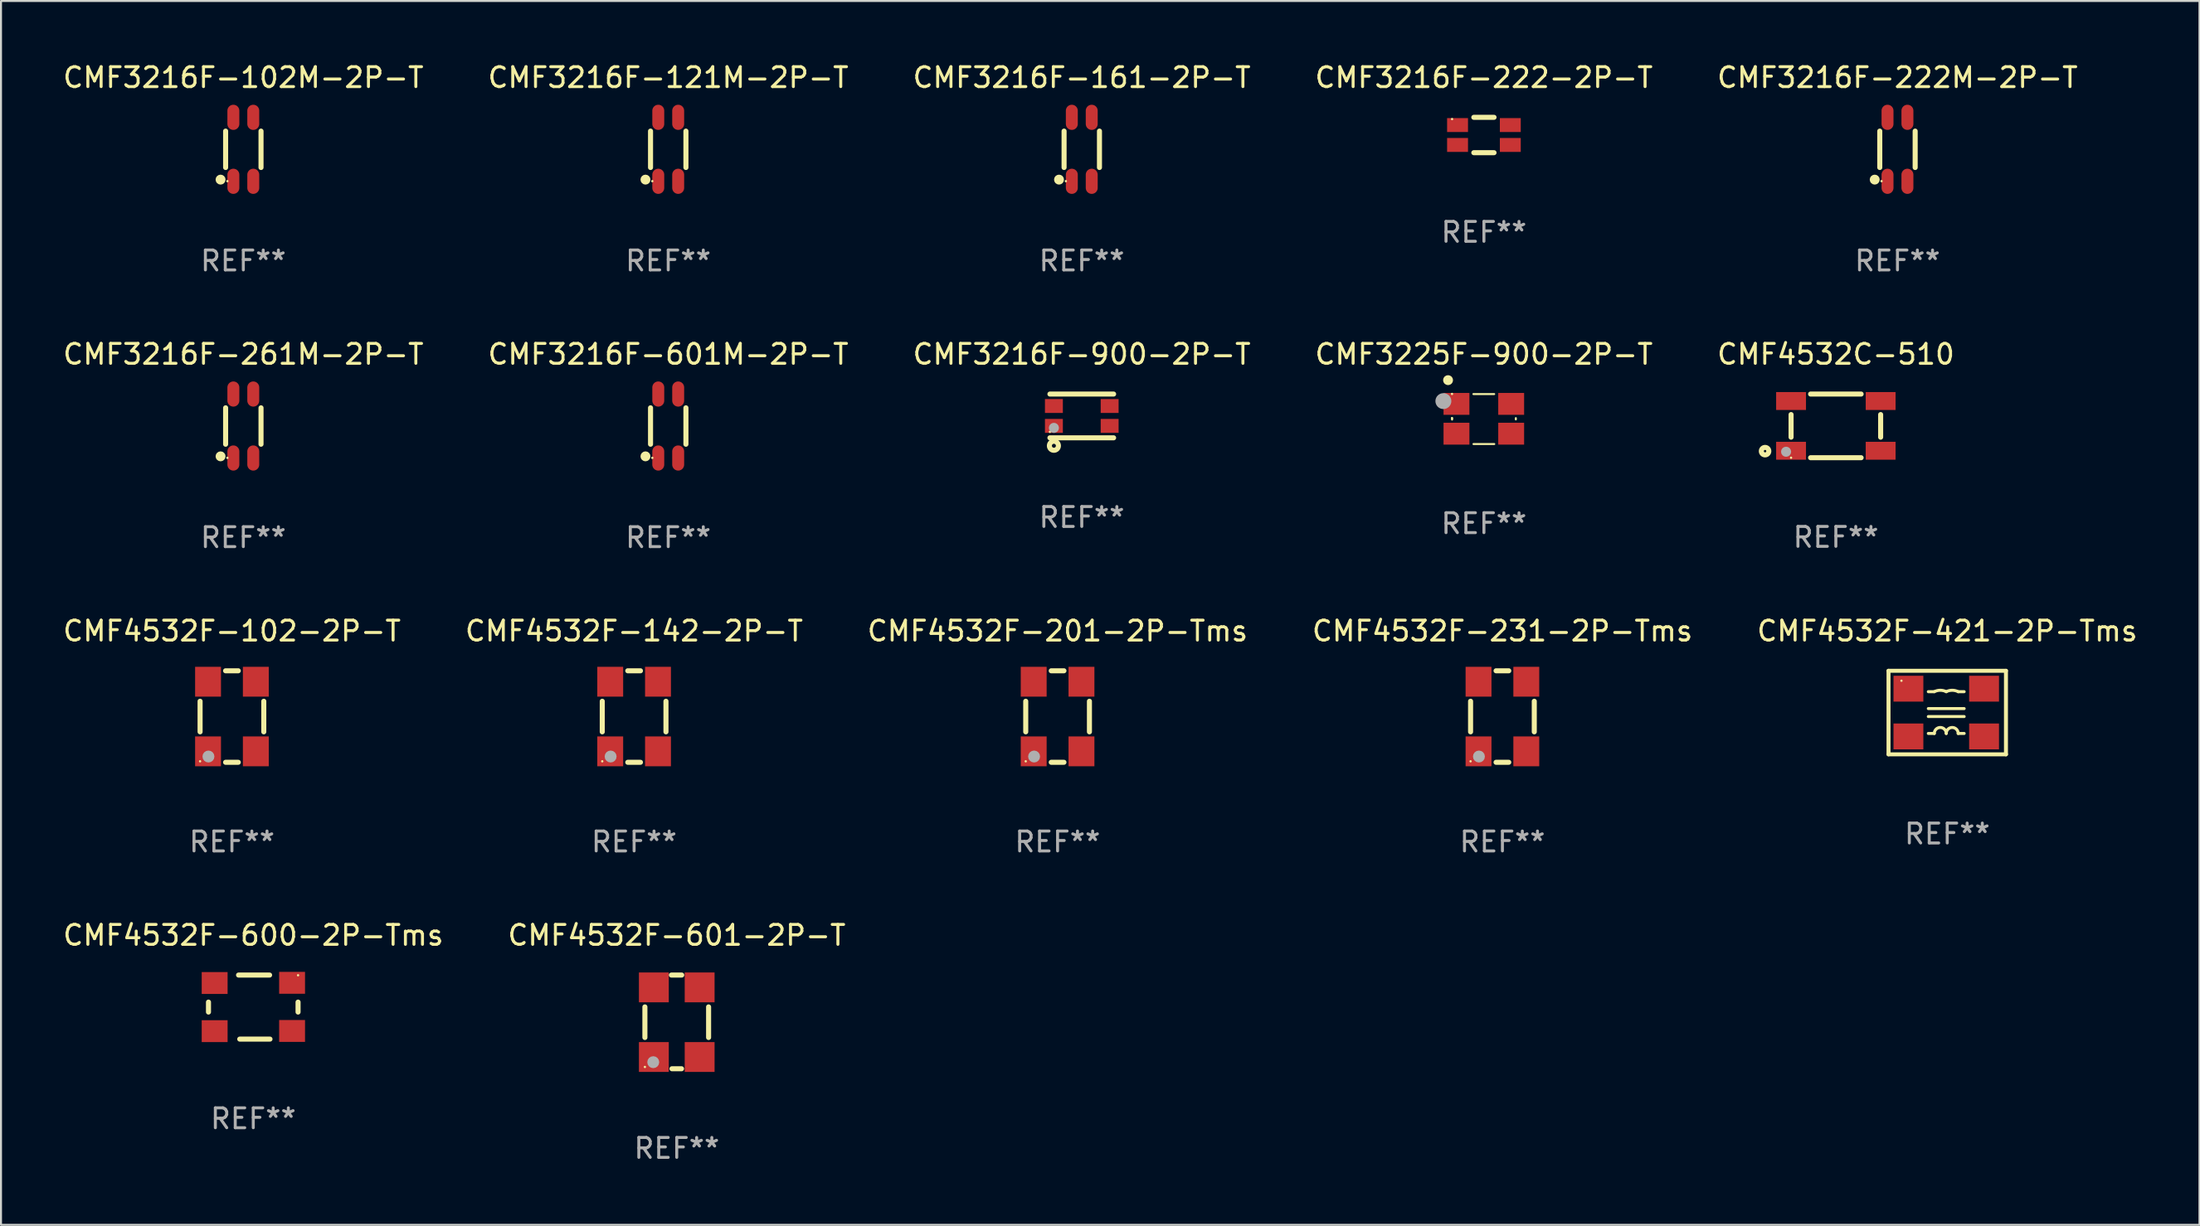
<source format=kicad_pcb>
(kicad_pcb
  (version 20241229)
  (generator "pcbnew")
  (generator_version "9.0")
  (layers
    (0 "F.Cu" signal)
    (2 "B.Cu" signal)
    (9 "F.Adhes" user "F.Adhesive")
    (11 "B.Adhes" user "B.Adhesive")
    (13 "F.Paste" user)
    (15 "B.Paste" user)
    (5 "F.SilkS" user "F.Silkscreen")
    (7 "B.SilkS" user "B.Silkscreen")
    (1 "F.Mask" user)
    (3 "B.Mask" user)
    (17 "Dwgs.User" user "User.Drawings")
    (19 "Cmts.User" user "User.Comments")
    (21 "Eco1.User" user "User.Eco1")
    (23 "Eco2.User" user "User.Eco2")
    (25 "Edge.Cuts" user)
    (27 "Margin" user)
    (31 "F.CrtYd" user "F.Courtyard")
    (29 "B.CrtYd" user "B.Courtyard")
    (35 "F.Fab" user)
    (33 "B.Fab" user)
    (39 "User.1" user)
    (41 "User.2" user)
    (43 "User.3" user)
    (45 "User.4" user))
  (footprint "CMF4532F-600-2P-Tms"
    (layer "F.Cu")
    (at 9.673 47.578)
    (property "Reference" "CMF4532F-600-2P-Tms" (at 0 -3.61 0) (layer "F.SilkS") (effects (font (size 1 1) (thickness 0.15))))
    (attr through_hole)
    (fp_line (start -2.25 -0.25) (end -2.25 0.25) (stroke (width 0.254) (type solid)) (layer "F.SilkS"))
    (fp_line (start 0.82 -1.61) (end -0.74 -1.61) (stroke (width 0.254) (type solid)) (layer "F.SilkS"))
    (fp_line (start 0.84 1.61) (end -0.68 1.61) (stroke (width 0.254) (type solid)) (layer "F.SilkS"))
    (fp_line (start 2.25 -0.25) (end 2.25 0.25) (stroke (width 0.254) (type solid)) (layer "F.SilkS"))
    (fp_circle (center 2.25 -1.6) (end 2.28 -1.6) (stroke (width 0.06) (type solid)) (fill no) (layer "F.SilkS"))
    (fp_text user "REF**" (at 0 5.61 0) (layer "F.Fab") (effects (font (size 1 1) (thickness 0.15))))
    (pad "1" smd rect (at 1.95 -1.22 270) (size 1.1 1.3) (layers "F.Cu" "F.Mask" "F.Paste"))
    (pad "2" smd rect (at 1.95 1.2 270) (size 1.1 1.3) (layers "F.Cu" "F.Mask" "F.Paste"))
    (pad "3" smd rect (at -1.94 1.21 270) (size 1.1 1.3) (layers "F.Cu" "F.Mask" "F.Paste"))
    (pad "4" smd rect (at -1.94 -1.21 270) (size 1.1 1.3) (layers "F.Cu" "F.Mask" "F.Paste")))
  (footprint "CMF4532F-102-2P-T"
    (layer "F.Cu")
    (at 8.601 32.972)
    (property "Reference" "CMF4532F-102-2P-T" (at 0 -4.3 0) (layer "F.SilkS") (effects (font (size 1 1) (thickness 0.15))))
    (attr through_hole)
    (fp_line (start -1.6 0.769) (end -1.6 -0.769) (stroke (width 0.254) (type solid)) (layer "F.SilkS"))
    (fp_line (start -0.319 -2.3) (end 0.319 -2.3) (stroke (width 0.254) (type solid)) (layer "F.SilkS"))
    (fp_line (start -0.319 2.3) (end 0.319 2.3) (stroke (width 0.254) (type solid)) (layer "F.SilkS"))
    (fp_line (start 1.6 -0.769) (end 1.6 0.769) (stroke (width 0.254) (type solid)) (layer "F.SilkS"))
    (fp_circle (center -1.6 2.25) (end -1.57 2.25) (stroke (width 0.06) (type solid)) (fill no) (layer "F.SilkS"))
    (fp_circle (center -1.18 2.01) (end -1.03 2.01) (stroke (width 0.3) (type solid)) (fill no) (layer "F.Fab"))
    (fp_text user "REF**" (at 0 6.3 0) (layer "F.Fab") (effects (font (size 1 1) (thickness 0.15))))
    (pad "1" smd rect (at -1.2 1.75) (size 1.3 1.5) (layers "F.Cu" "F.Mask" "F.Paste"))
    (pad "2" smd rect (at -1.2 -1.75) (size 1.3 1.5) (layers "F.Cu" "F.Mask" "F.Paste"))
    (pad "3" smd rect (at 1.2 -1.75) (size 1.3 1.5) (layers "F.Cu" "F.Mask" "F.Paste"))
    (pad "4" smd rect (at 1.2 1.75) (size 1.3 1.5) (layers "F.Cu" "F.Mask" "F.Paste")))
  (footprint "CMF4532F-421-2P-Tms"
    (layer "F.Cu")
    (at 94.768 32.772)
    (property "Reference" "CMF4532F-421-2P-Tms" (at 0 -4.1 0) (layer "F.SilkS") (effects (font (size 1 1) (thickness 0.15))))
    (attr through_hole)
    (fp_line (start -2.95 -2.1) (end 2.95 -2.1) (stroke (width 0.2) (type solid)) (layer "F.SilkS"))
    (fp_line (start -2.95 2.1) (end -2.95 -2.1) (stroke (width 0.2) (type solid)) (layer "F.SilkS"))
    (fp_line (start -0.95 -0.2) (end 0.85 -0.2) (stroke (width 0.152) (type solid)) (layer "F.SilkS"))
    (fp_line (start -0.65 -1.05) (end -0.95 -1.05) (stroke (width 0.152) (type solid)) (layer "F.SilkS"))
    (fp_line (start -0.65 1.05) (end -0.95 1.05) (stroke (width 0.152) (type solid)) (layer "F.SilkS"))
    (fp_line (start 0.55 -1.05) (end 0.85 -1.05) (stroke (width 0.152) (type solid)) (layer "F.SilkS"))
    (fp_line (start 0.55 1.05) (end 0.85 1.05) (stroke (width 0.152) (type solid)) (layer "F.SilkS"))
    (fp_line (start 0.85 0.2) (end -0.95 0.2) (stroke (width 0.152) (type solid)) (layer "F.SilkS"))
    (fp_line (start 2.95 -2.1) (end 2.95 2.1) (stroke (width 0.2) (type solid)) (layer "F.SilkS"))
    (fp_line (start 2.95 2.1) (end -2.95 2.1) (stroke (width 0.2) (type solid)) (layer "F.SilkS"))
    (fp_arc (start -0.65 1.049835) (mid -0.35 0.749835) (end -0.05 1.049835) (stroke (width 0.151994) (type solid)) (layer "F.SilkS"))
    (fp_arc (start -0.649949 -1.049784) (mid -0.349949 -1.120604) (end -0.049949 -1.049784) (stroke (width 0.151994) (type solid)) (layer "F.SilkS"))
    (fp_arc (start -0.05 1.049835) (mid 0.25 0.749835) (end 0.55 1.049835) (stroke (width 0.151994) (type solid)) (layer "F.SilkS"))
    (fp_arc (start -0.049949 -1.049784) (mid 0.250051 -1.120604) (end 0.550051 -1.049784) (stroke (width 0.151994) (type solid)) (layer "F.SilkS"))
    (fp_circle (center -2.3 -1.6) (end -2.27 -1.6) (stroke (width 0.06) (type solid)) (fill no) (layer "F.SilkS"))
    (fp_text user "REF**" (at 0 6.1 0) (layer "F.Fab") (effects (font (size 1 1) (thickness 0.15))))
    (pad "1" smd rect (at -1.95 -1.2 270) (size 1.3 1.5) (layers "F.Cu" "F.Mask" "F.Paste"))
    (pad "2" smd rect (at 1.85 -1.2 270) (size 1.3 1.5) (layers "F.Cu" "F.Mask" "F.Paste"))
    (pad "3" smd rect (at 1.85 1.2 270) (size 1.3 1.5) (layers "F.Cu" "F.Mask" "F.Paste"))
    (pad "4" smd rect (at -1.95 1.2 270) (size 1.3 1.5) (layers "F.Cu" "F.Mask" "F.Paste")))
  (footprint "CMF4532F-142-2P-T"
    (layer "F.Cu")
    (at 28.804 32.972)
    (property "Reference" "CMF4532F-142-2P-T" (at 0 -4.3 0) (layer "F.SilkS") (effects (font (size 1 1) (thickness 0.15))))
    (attr through_hole)
    (fp_line (start -1.6 0.769) (end -1.6 -0.769) (stroke (width 0.254) (type solid)) (layer "F.SilkS"))
    (fp_line (start -0.319 -2.3) (end 0.319 -2.3) (stroke (width 0.254) (type solid)) (layer "F.SilkS"))
    (fp_line (start -0.319 2.3) (end 0.319 2.3) (stroke (width 0.254) (type solid)) (layer "F.SilkS"))
    (fp_line (start 1.6 -0.769) (end 1.6 0.769) (stroke (width 0.254) (type solid)) (layer "F.SilkS"))
    (fp_circle (center -1.6 2.25) (end -1.57 2.25) (stroke (width 0.06) (type solid)) (fill no) (layer "F.SilkS"))
    (fp_circle (center -1.18 2.01) (end -1.03 2.01) (stroke (width 0.3) (type solid)) (fill no) (layer "F.Fab"))
    (fp_text user "REF**" (at 0 6.3 0) (layer "F.Fab") (effects (font (size 1 1) (thickness 0.15))))
    (pad "1" smd rect (at -1.2 1.75) (size 1.3 1.5) (layers "F.Cu" "F.Mask" "F.Paste"))
    (pad "2" smd rect (at -1.2 -1.75) (size 1.3 1.5) (layers "F.Cu" "F.Mask" "F.Paste"))
    (pad "3" smd rect (at 1.2 -1.75) (size 1.3 1.5) (layers "F.Cu" "F.Mask" "F.Paste"))
    (pad "4" smd rect (at 1.2 1.75) (size 1.3 1.5) (layers "F.Cu" "F.Mask" "F.Paste")))
  (footprint "CMF3216F-161-2P-T"
    (layer "F.Cu")
    (at 51.292 4.456)
    (property "Reference" "CMF3216F-161-2P-T" (at 0 -3.608 0) (layer "F.SilkS") (effects (font (size 1 1) (thickness 0.15))))
    (attr through_hole)
    (fp_line (start -0.889 -0.915) (end -0.889 0.915) (stroke (width 0.254) (type solid)) (layer "F.SilkS"))
    (fp_line (start 0.889 -0.915) (end 0.889 0.915) (stroke (width 0.254) (type solid)) (layer "F.SilkS"))
    (fp_circle (center -1.143 1.524) (end -1.018 1.524) (stroke (width 0.25) (type solid)) (fill no) (layer "F.SilkS"))
    (fp_circle (center -0.8 1.6) (end -0.77 1.6) (stroke (width 0.06) (type solid)) (fill no) (layer "F.SilkS"))
    (fp_text user "REF**" (at 0 5.608 0) (layer "F.Fab") (effects (font (size 1 1) (thickness 0.15))))
    (pad "1" smd oval (at -0.5 1.608) (size 0.6 1.265) (layers "F.Cu" "F.Mask" "F.Paste"))
    (pad "2" smd oval (at 0.5 1.608) (size 0.6 1.265) (layers "F.Cu" "F.Mask" "F.Paste"))
    (pad "3" smd oval (at 0.5 -1.608) (size 0.6 1.265) (layers "F.Cu" "F.Mask" "F.Paste"))
    (pad "4" smd oval (at -0.5 -1.608) (size 0.6 1.265) (layers "F.Cu" "F.Mask" "F.Paste")))
  (footprint "CMF4532F-201-2P-Tms"
    (layer "F.Cu")
    (at 50.077 32.972)
    (property "Reference" "CMF4532F-201-2P-Tms" (at 0 -4.3 0) (layer "F.SilkS") (effects (font (size 1 1) (thickness 0.15))))
    (attr through_hole)
    (fp_line (start -1.6 0.769) (end -1.6 -0.769) (stroke (width 0.254) (type solid)) (layer "F.SilkS"))
    (fp_line (start -0.319 -2.3) (end 0.319 -2.3) (stroke (width 0.254) (type solid)) (layer "F.SilkS"))
    (fp_line (start -0.319 2.3) (end 0.319 2.3) (stroke (width 0.254) (type solid)) (layer "F.SilkS"))
    (fp_line (start 1.6 -0.769) (end 1.6 0.769) (stroke (width 0.254) (type solid)) (layer "F.SilkS"))
    (fp_circle (center -1.6 2.25) (end -1.57 2.25) (stroke (width 0.06) (type solid)) (fill no) (layer "F.SilkS"))
    (fp_circle (center -1.18 2.01) (end -1.03 2.01) (stroke (width 0.3) (type solid)) (fill no) (layer "F.Fab"))
    (fp_text user "REF**" (at 0 6.3 0) (layer "F.Fab") (effects (font (size 1 1) (thickness 0.15))))
    (pad "1" smd rect (at -1.2 1.75) (size 1.3 1.5) (layers "F.Cu" "F.Mask" "F.Paste"))
    (pad "2" smd rect (at -1.2 -1.75) (size 1.3 1.5) (layers "F.Cu" "F.Mask" "F.Paste"))
    (pad "3" smd rect (at 1.2 -1.75) (size 1.3 1.5) (layers "F.Cu" "F.Mask" "F.Paste"))
    (pad "4" smd rect (at 1.2 1.75) (size 1.3 1.5) (layers "F.Cu" "F.Mask" "F.Paste")))
  (footprint "CMF3216F-102M-2P-T"
    (layer "F.Cu")
    (at 9.173 4.456)
    (property "Reference" "CMF3216F-102M-2P-T" (at 0 -3.608 0) (layer "F.SilkS") (effects (font (size 1 1) (thickness 0.15))))
    (attr through_hole)
    (fp_line (start -0.889 -0.915) (end -0.889 0.915) (stroke (width 0.254) (type solid)) (layer "F.SilkS"))
    (fp_line (start 0.889 -0.915) (end 0.889 0.915) (stroke (width 0.254) (type solid)) (layer "F.SilkS"))
    (fp_circle (center -1.143 1.524) (end -1.018 1.524) (stroke (width 0.25) (type solid)) (fill no) (layer "F.SilkS"))
    (fp_circle (center -0.8 1.6) (end -0.77 1.6) (stroke (width 0.06) (type solid)) (fill no) (layer "F.SilkS"))
    (fp_text user "REF**" (at 0 5.608 0) (layer "F.Fab") (effects (font (size 1 1) (thickness 0.15))))
    (pad "1" smd oval (at -0.5 1.608) (size 0.6 1.265) (layers "F.Cu" "F.Mask" "F.Paste"))
    (pad "2" smd oval (at 0.5 1.608) (size 0.6 1.265) (layers "F.Cu" "F.Mask" "F.Paste"))
    (pad "3" smd oval (at 0.5 -1.608) (size 0.6 1.265) (layers "F.Cu" "F.Mask" "F.Paste"))
    (pad "4" smd oval (at -0.5 -1.608) (size 0.6 1.265) (layers "F.Cu" "F.Mask" "F.Paste")))
  (footprint "CMF3216F-900-2P-T"
    (layer "F.Cu")
    (at 51.292 17.86)
    (property "Reference" "CMF3216F-900-2P-T" (at 0 -3.1 0) (layer "F.SilkS") (effects (font (size 1 1) (thickness 0.15))))
    (attr through_hole)
    (fp_line (start -1.6 -1.1) (end 1.6 -1.1) (stroke (width 0.254) (type solid)) (layer "F.SilkS"))
    (fp_line (start -1.6 1.1) (end 1.6 1.1) (stroke (width 0.254) (type solid)) (layer "F.SilkS"))
    (fp_circle (center -1.6 0.8) (end -1.57 0.8) (stroke (width 0.06) (type solid)) (fill no) (layer "F.SilkS"))
    (fp_circle (center -1.4 1.5) (end -1.3 1.5) (stroke (width 0.254) (type solid)) (fill no) (layer "F.SilkS"))
    (fp_circle (center -1.4 0.6) (end -1.273 0.6) (stroke (width 0.254) (type solid)) (fill no) (layer "F.Fab"))
    (fp_text user "REF**" (at 0 5.1 0) (layer "F.Fab") (effects (font (size 1 1) (thickness 0.15))))
    (pad "1" smd rect (at -1.4 0.5) (size 0.9 0.7) (layers "F.Cu" "F.Mask" "F.Paste"))
    (pad "2" smd rect (at -1.4 -0.5) (size 0.9 0.7) (layers "F.Cu" "F.Mask" "F.Paste"))
    (pad "3" smd rect (at 1.4 -0.5) (size 0.9 0.7) (layers "F.Cu" "F.Mask" "F.Paste"))
    (pad "4" smd rect (at 1.4 0.5) (size 0.9 0.7) (layers "F.Cu" "F.Mask" "F.Paste")))
  (footprint "CMF4532F-601-2P-T"
    (layer "F.Cu")
    (at 30.946 48.323)
    (property "Reference" "CMF4532F-601-2P-T" (at 0 -4.355 0) (layer "F.SilkS") (effects (font (size 1 1) (thickness 0.15))))
    (attr through_hole)
    (fp_line (start -1.6 0.784) (end -1.6 -0.754) (stroke (width 0.254) (type solid)) (layer "F.SilkS"))
    (fp_line (start -0.27 -2.355) (end 0.25 -2.355) (stroke (width 0.254) (type solid)) (layer "F.SilkS"))
    (fp_line (start -0.24 2.355) (end 0.24 2.355) (stroke (width 0.254) (type solid)) (layer "F.SilkS"))
    (fp_line (start 1.6 -0.754) (end 1.6 0.784) (stroke (width 0.254) (type solid)) (layer "F.SilkS"))
    (fp_circle (center -1.6 2.265) (end -1.57 2.265) (stroke (width 0.06) (type solid)) (fill no) (layer "F.SilkS"))
    (fp_circle (center -1.18 2.025) (end -1.03 2.025) (stroke (width 0.3) (type solid)) (fill no) (layer "F.Fab"))
    (fp_text user "REF**" (at 0 6.355 0) (layer "F.Fab") (effects (font (size 1 1) (thickness 0.15))))
    (pad "1" smd rect (at -1.15 1.765 90) (size 1.5 1.5) (layers "F.Cu" "F.Mask" "F.Paste"))
    (pad "2" smd rect (at 1.15 1.765 90) (size 1.5 1.5) (layers "F.Cu" "F.Mask" "F.Paste"))
    (pad "3" smd rect (at 1.15 -1.735 90) (size 1.5 1.5) (layers "F.Cu" "F.Mask" "F.Paste"))
    (pad "4" smd rect (at -1.15 -1.735 90) (size 1.5 1.5) (layers "F.Cu" "F.Mask" "F.Paste")))
  (footprint "CMF3216F-222-2P-T"
    (layer "F.Cu")
    (at 71.494 3.737)
    (property "Reference" "CMF3216F-222-2P-T" (at 0 -2.889 0) (layer "F.SilkS") (effects (font (size 1 1) (thickness 0.15))))
    (attr through_hole)
    (fp_line (start -0.508 0.889) (end 0.508 0.889) (stroke (width 0.254) (type solid)) (layer "F.SilkS"))
    (fp_line (start 0.508 -0.889) (end -0.508 -0.889) (stroke (width 0.254) (type solid)) (layer "F.SilkS"))
    (fp_circle (center -1.6 -0.8) (end -1.57 -0.8) (stroke (width 0.06) (type solid)) (fill no) (layer "F.SilkS"))
    (fp_text user "REF**" (at 0 4.889 0) (layer "F.Fab") (effects (font (size 1 1) (thickness 0.15))))
    (pad "1" smd rect (at -1.325 -0.5 180) (size 1.05 0.7) (layers "F.Cu" "F.Mask" "F.Paste"))
    (pad "2" smd rect (at 1.325 -0.5 180) (size 1.05 0.7) (layers "F.Cu" "F.Mask" "F.Paste"))
    (pad "3" smd rect (at 1.325 0.5 180) (size 1.05 0.7) (layers "F.Cu" "F.Mask" "F.Paste"))
    (pad "4" smd rect (at -1.325 0.5 180) (size 1.05 0.7) (layers "F.Cu" "F.Mask" "F.Paste")))
  (footprint "CMF4532F-231-2P-Tms"
    (layer "F.Cu")
    (at 72.423 32.972)
    (property "Reference" "CMF4532F-231-2P-Tms" (at 0 -4.3 0) (layer "F.SilkS") (effects (font (size 1 1) (thickness 0.15))))
    (attr through_hole)
    (fp_line (start -1.6 0.769) (end -1.6 -0.769) (stroke (width 0.254) (type solid)) (layer "F.SilkS"))
    (fp_line (start -0.319 -2.3) (end 0.319 -2.3) (stroke (width 0.254) (type solid)) (layer "F.SilkS"))
    (fp_line (start -0.319 2.3) (end 0.319 2.3) (stroke (width 0.254) (type solid)) (layer "F.SilkS"))
    (fp_line (start 1.6 -0.769) (end 1.6 0.769) (stroke (width 0.254) (type solid)) (layer "F.SilkS"))
    (fp_circle (center -1.6 2.25) (end -1.57 2.25) (stroke (width 0.06) (type solid)) (fill no) (layer "F.SilkS"))
    (fp_circle (center -1.18 2.01) (end -1.03 2.01) (stroke (width 0.3) (type solid)) (fill no) (layer "F.Fab"))
    (fp_text user "REF**" (at 0 6.3 0) (layer "F.Fab") (effects (font (size 1 1) (thickness 0.15))))
    (pad "1" smd rect (at -1.2 1.75) (size 1.3 1.5) (layers "F.Cu" "F.Mask" "F.Paste"))
    (pad "2" smd rect (at -1.2 -1.75) (size 1.3 1.5) (layers "F.Cu" "F.Mask" "F.Paste"))
    (pad "3" smd rect (at 1.2 -1.75) (size 1.3 1.5) (layers "F.Cu" "F.Mask" "F.Paste"))
    (pad "4" smd rect (at 1.2 1.75) (size 1.3 1.5) (layers "F.Cu" "F.Mask" "F.Paste")))
  (footprint "CMF3225F-900-2P-T"
    (layer "F.Cu")
    (at 71.494 18.016)
    (property "Reference" "CMF3225F-900-2P-T" (at 0 -3.256 0) (layer "F.SilkS") (effects (font (size 1 1) (thickness 0.15))))
    (attr through_hole)
    (fp_line (start -1.603 -0.052) (end -1.6 0.027) (stroke (width 0.1) (type solid)) (layer "F.SilkS"))
    (fp_line (start -1.6 -0.029) (end -1.603 -0.052) (stroke (width 0.1) (type solid)) (layer "F.SilkS"))
    (fp_line (start -0.528 -1.256) (end 0.516 -1.256) (stroke (width 0.1) (type solid)) (layer "F.SilkS"))
    (fp_line (start -0.524 1.256) (end 0.52 1.256) (stroke (width 0.1) (type solid)) (layer "F.SilkS"))
    (fp_line (start 1.603 -0.047) (end 1.603 0.019) (stroke (width 0.1) (type solid)) (layer "F.SilkS"))
    (fp_circle (center -1.802 -1.955) (end -1.677 -1.955) (stroke (width 0.25) (type solid)) (fill no) (layer "F.SilkS"))
    (fp_circle (center -1.603 -1.262) (end -1.573 -1.262) (stroke (width 0.06) (type solid)) (fill no) (layer "F.SilkS"))
    (fp_circle (center -2.037 -0.902) (end -1.837 -0.902) (stroke (width 0.4) (type solid)) (fill no) (layer "F.Fab"))
    (fp_text user "REF**" (at 0 5.256 0) (layer "F.Fab") (effects (font (size 1 1) (thickness 0.15))))
    (pad "1" smd rect (at -1.379 -0.762) (size 1.3 1.1) (layers "F.Cu" "F.Mask" "F.Paste"))
    (pad "2" smd rect (at -1.379 0.736) (size 1.3 1.1) (layers "F.Cu" "F.Mask" "F.Paste"))
    (pad "3" smd rect (at 1.369 0.736) (size 1.3 1.1) (layers "F.Cu" "F.Mask" "F.Paste"))
    (pad "4" smd rect (at 1.369 -0.762) (size 1.3 1.1) (layers "F.Cu" "F.Mask" "F.Paste")))
  (footprint "CMF4532C-510"
    (layer "F.Cu")
    (at 89.173 18.36)
    (property "Reference" "CMF4532C-510" (at 0 -3.6 0) (layer "F.SilkS") (effects (font (size 1 1) (thickness 0.15))))
    (attr through_hole)
    (fp_line (start -2.25 -0.569) (end -2.25 0.569) (stroke (width 0.254) (type solid)) (layer "F.SilkS"))
    (fp_line (start 1.269 -1.6) (end -1.269 -1.6) (stroke (width 0.254) (type solid)) (layer "F.SilkS"))
    (fp_line (start 1.269 1.6) (end -1.269 1.6) (stroke (width 0.254) (type solid)) (layer "F.SilkS"))
    (fp_line (start 2.25 -0.569) (end 2.25 0.569) (stroke (width 0.254) (type solid)) (layer "F.SilkS"))
    (fp_circle (center -3.556 1.27) (end -3.368 1.27) (stroke (width 0.254) (type solid)) (fill no) (layer "F.SilkS"))
    (fp_circle (center -2.25 1.6) (end -2.22 1.6) (stroke (width 0.06) (type solid)) (fill no) (layer "F.SilkS"))
    (fp_circle (center -2.5 1.3) (end -2.373 1.3) (stroke (width 0.254) (type solid)) (fill no) (layer "F.Fab"))
    (fp_text user "REF**" (at 0 5.6 0) (layer "F.Fab") (effects (font (size 1 1) (thickness 0.15))))
    (pad "1" smd rect (at -2.25 1.25) (size 1.5 0.9) (layers "F.Cu" "F.Mask" "F.Paste"))
    (pad "2" smd rect (at -2.25 -1.25) (size 1.5 0.9) (layers "F.Cu" "F.Mask" "F.Paste"))
    (pad "3" smd rect (at 2.25 -1.25) (size 1.5 0.9) (layers "F.Cu" "F.Mask" "F.Paste"))
    (pad "4" smd rect (at 2.25 1.25) (size 1.5 0.9) (layers "F.Cu" "F.Mask" "F.Paste")))
  (footprint "CMF3216F-222M-2P-T"
    (layer "F.Cu")
    (at 92.268 4.456)
    (property "Reference" "CMF3216F-222M-2P-T" (at 0 -3.608 0) (layer "F.SilkS") (effects (font (size 1 1) (thickness 0.15))))
    (attr through_hole)
    (fp_line (start -0.889 -0.915) (end -0.889 0.915) (stroke (width 0.254) (type solid)) (layer "F.SilkS"))
    (fp_line (start 0.889 -0.915) (end 0.889 0.915) (stroke (width 0.254) (type solid)) (layer "F.SilkS"))
    (fp_circle (center -1.143 1.524) (end -1.018 1.524) (stroke (width 0.25) (type solid)) (fill no) (layer "F.SilkS"))
    (fp_circle (center -0.8 1.6) (end -0.77 1.6) (stroke (width 0.06) (type solid)) (fill no) (layer "F.SilkS"))
    (fp_text user "REF**" (at 0 5.608 0) (layer "F.Fab") (effects (font (size 1 1) (thickness 0.15))))
    (pad "1" smd oval (at -0.5 1.608) (size 0.6 1.265) (layers "F.Cu" "F.Mask" "F.Paste"))
    (pad "2" smd oval (at 0.5 1.608) (size 0.6 1.265) (layers "F.Cu" "F.Mask" "F.Paste"))
    (pad "3" smd oval (at 0.5 -1.608) (size 0.6 1.265) (layers "F.Cu" "F.Mask" "F.Paste"))
    (pad "4" smd oval (at -0.5 -1.608) (size 0.6 1.265) (layers "F.Cu" "F.Mask" "F.Paste")))
  (footprint "CMF3216F-601M-2P-T"
    (layer "F.Cu")
    (at 30.518 18.367)
    (property "Reference" "CMF3216F-601M-2P-T" (at 0 -3.608 0) (layer "F.SilkS") (effects (font (size 1 1) (thickness 0.15))))
    (attr through_hole)
    (fp_line (start -0.889 -0.915) (end -0.889 0.915) (stroke (width 0.254) (type solid)) (layer "F.SilkS"))
    (fp_line (start 0.889 -0.915) (end 0.889 0.915) (stroke (width 0.254) (type solid)) (layer "F.SilkS"))
    (fp_circle (center -1.143 1.524) (end -1.018 1.524) (stroke (width 0.25) (type solid)) (fill no) (layer "F.SilkS"))
    (fp_circle (center -0.8 1.6) (end -0.77 1.6) (stroke (width 0.06) (type solid)) (fill no) (layer "F.SilkS"))
    (fp_text user "REF**" (at 0 5.608 0) (layer "F.Fab") (effects (font (size 1 1) (thickness 0.15))))
    (pad "1" smd oval (at -0.5 1.608) (size 0.6 1.265) (layers "F.Cu" "F.Mask" "F.Paste"))
    (pad "2" smd oval (at 0.5 1.608) (size 0.6 1.265) (layers "F.Cu" "F.Mask" "F.Paste"))
    (pad "3" smd oval (at 0.5 -1.608) (size 0.6 1.265) (layers "F.Cu" "F.Mask" "F.Paste"))
    (pad "4" smd oval (at -0.5 -1.608) (size 0.6 1.265) (layers "F.Cu" "F.Mask" "F.Paste")))
  (footprint "CMF3216F-261M-2P-T"
    (layer "F.Cu")
    (at 9.173 18.367)
    (property "Reference" "CMF3216F-261M-2P-T" (at 0 -3.608 0) (layer "F.SilkS") (effects (font (size 1 1) (thickness 0.15))))
    (attr through_hole)
    (fp_line (start -0.889 -0.915) (end -0.889 0.915) (stroke (width 0.254) (type solid)) (layer "F.SilkS"))
    (fp_line (start 0.889 -0.915) (end 0.889 0.915) (stroke (width 0.254) (type solid)) (layer "F.SilkS"))
    (fp_circle (center -1.143 1.524) (end -1.018 1.524) (stroke (width 0.25) (type solid)) (fill no) (layer "F.SilkS"))
    (fp_circle (center -0.8 1.6) (end -0.77 1.6) (stroke (width 0.06) (type solid)) (fill no) (layer "F.SilkS"))
    (fp_text user "REF**" (at 0 5.608 0) (layer "F.Fab") (effects (font (size 1 1) (thickness 0.15))))
    (pad "1" smd oval (at -0.5 1.608) (size 0.6 1.265) (layers "F.Cu" "F.Mask" "F.Paste"))
    (pad "2" smd oval (at 0.5 1.608) (size 0.6 1.265) (layers "F.Cu" "F.Mask" "F.Paste"))
    (pad "3" smd oval (at 0.5 -1.608) (size 0.6 1.265) (layers "F.Cu" "F.Mask" "F.Paste"))
    (pad "4" smd oval (at -0.5 -1.608) (size 0.6 1.265) (layers "F.Cu" "F.Mask" "F.Paste")))
  (footprint "CMF3216F-121M-2P-T"
    (layer "F.Cu")
    (at 30.518 4.456)
    (property "Reference" "CMF3216F-121M-2P-T" (at 0 -3.608 0) (layer "F.SilkS") (effects (font (size 1 1) (thickness 0.15))))
    (attr through_hole)
    (fp_line (start -0.889 -0.915) (end -0.889 0.915) (stroke (width 0.254) (type solid)) (layer "F.SilkS"))
    (fp_line (start 0.889 -0.915) (end 0.889 0.915) (stroke (width 0.254) (type solid)) (layer "F.SilkS"))
    (fp_circle (center -1.143 1.524) (end -1.018 1.524) (stroke (width 0.25) (type solid)) (fill no) (layer "F.SilkS"))
    (fp_circle (center -0.8 1.6) (end -0.77 1.6) (stroke (width 0.06) (type solid)) (fill no) (layer "F.SilkS"))
    (fp_text user "REF**" (at 0 5.608 0) (layer "F.Fab") (effects (font (size 1 1) (thickness 0.15))))
    (pad "1" smd oval (at -0.5 1.608) (size 0.6 1.265) (layers "F.Cu" "F.Mask" "F.Paste"))
    (pad "2" smd oval (at 0.5 1.608) (size 0.6 1.265) (layers "F.Cu" "F.Mask" "F.Paste"))
    (pad "3" smd oval (at 0.5 -1.608) (size 0.6 1.265) (layers "F.Cu" "F.Mask" "F.Paste"))
    (pad "4" smd oval (at -0.5 -1.608) (size 0.6 1.265) (layers "F.Cu" "F.Mask" "F.Paste")))
  (gr_rect
    (start -3 -3)
    (end 107.44 58.526)
    (stroke (width 0.1) (type default))
    (fill no)
    (layer "Edge.Cuts")))
</source>
